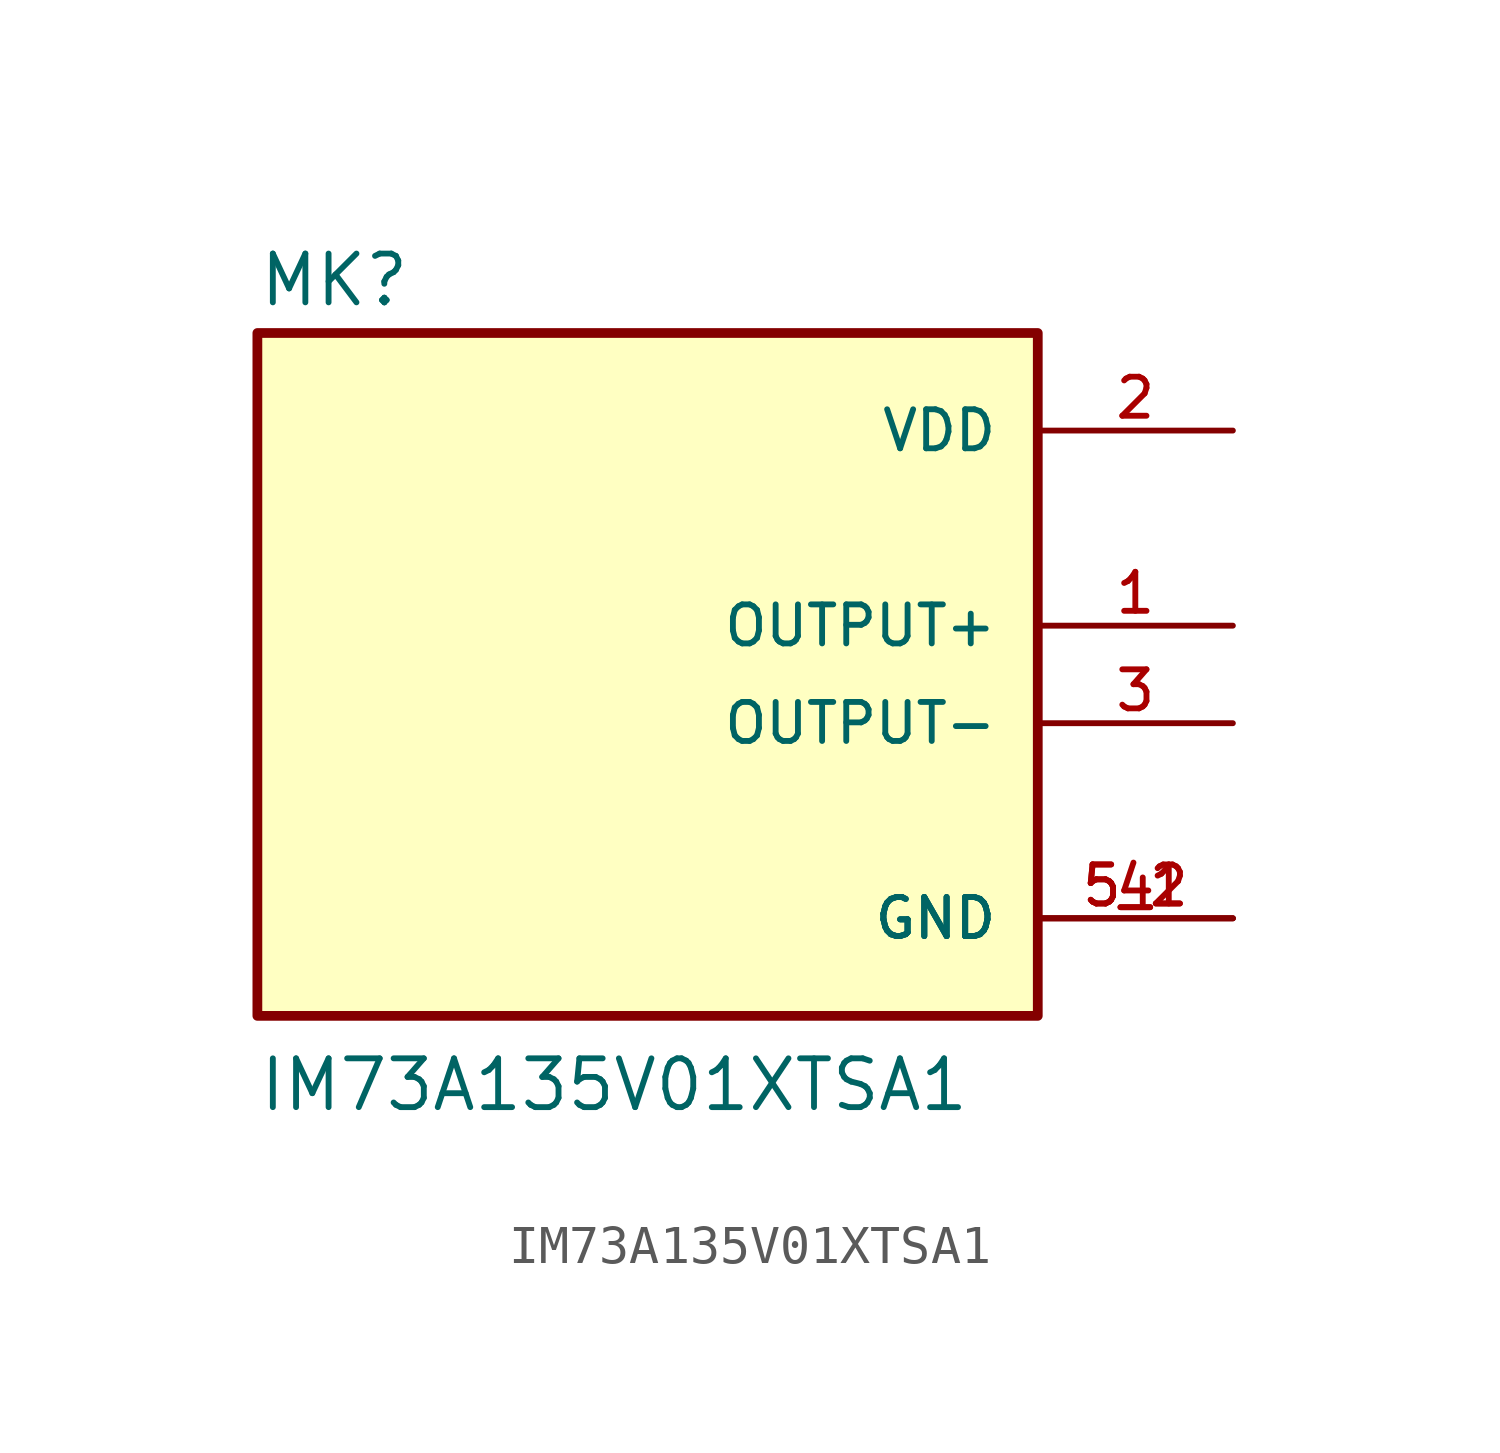
<source format=kicad_sym>
(kicad_symbol_lib
  (version 20211014)
  (generator kicad_symbol_editor)
  (symbol "IM73A135V01XTSA1"
    (pin_names
      (offset 1.016))
    (property "Reference" "MK"
      (at -10.16 10.795 0)
      (effects (font (size 1.27 1.27)) (justify bottom left)))
    (property "Value" "IM73A135V01XTSA1"
      (at -10.16 -10.16 0)
      (effects (font (size 1.27 1.27)) (justify bottom left)))
    (symbol "IM73A135V01XTSA1_0_0"
      (rectangle (start -10.16 -7.62) (end 10.16 10.16) (stroke (width 0.254)) (fill (type background)))
      (pin power_in line (at 15.24 7.62 180.0) (length 5.08) (name "VDD" (effects (font (size 1.016 1.016)))) (number "2" (effects (font (size 1.016 1.016)))))
      (pin output line (at 15.24 2.54 180.0) (length 5.08) (name "OUTPUT+" (effects (font (size 1.016 1.016)))) (number "1" (effects (font (size 1.016 1.016)))))
      (pin power_in line (at 15.24 -5.08 180.0) (length 5.08) (name "GND" (effects (font (size 1.016 1.016)))) (number "4" (effects (font (size 1.016 1.016)))))
      (pin power_in line (at 15.24 -5.08 180.0) (length 5.08) (name "GND" (effects (font (size 1.016 1.016)))) (number "5_1" (effects (font (size 1.016 1.016)))))
      (pin power_in line (at 15.24 -5.08 180.0) (length 5.08) (name "GND" (effects (font (size 1.016 1.016)))) (number "5_2" (effects (font (size 1.016 1.016)))))
      (pin output line (at 15.24 0.0 180.0) (length 5.08) (name "OUTPUT-" (effects (font (size 1.016 1.016)))) (number "3" (effects (font (size 1.016 1.016))))))))
</source>
